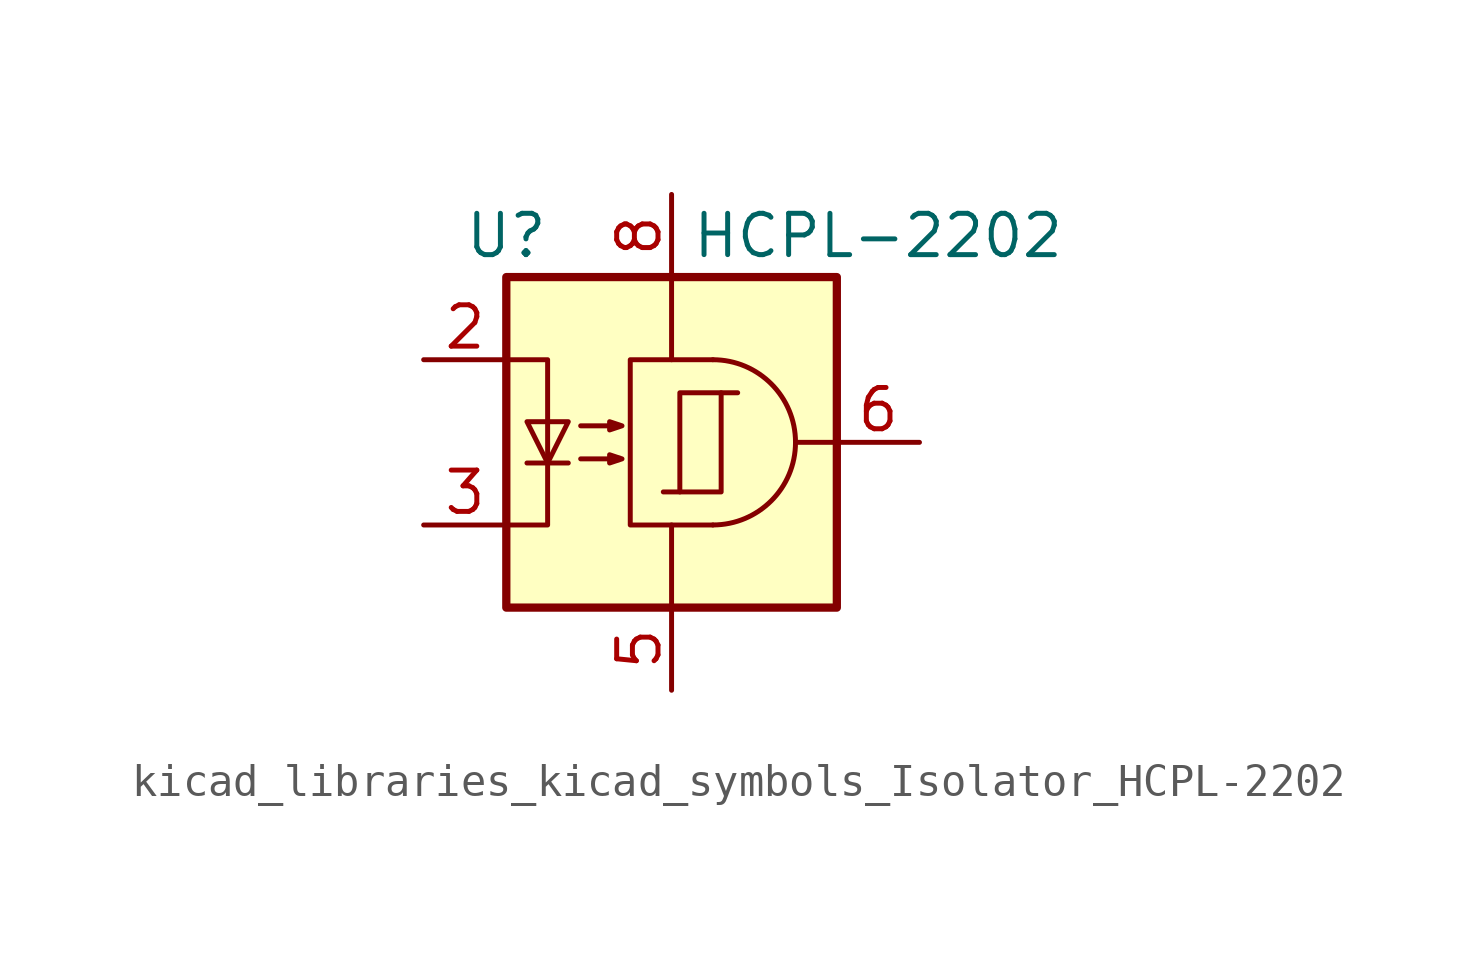
<source format=kicad_sym>
(kicad_symbol_lib
  (version 20220914)
  (generator kicad_symbol_editor)
  (symbol "kicad_libraries_kicad_symbols_Isolator_HCPL-2202"
    (property "Reference" "U"
      (at -5.08 6.35 0)
      (effects (font (size 1.27 1.27))))
    (property "Value" "HCPL-2202"
      (at 6.35 6.35 0)
      (effects (font (size 1.27 1.27))))
    (symbol "kicad_libraries_kicad_symbols_Isolator_HCPL-2202_0_1"
      (polyline (pts (xy 5.08 0) (xy 3.81 0)) (stroke (width 0) (type default)) (fill (type none))))
    (symbol "kicad_libraries_kicad_symbols_Isolator_HCPL-2202_1_1"
      (rectangle (start -5.08 5.08) (end 5.08 -5.08) (stroke (width 0.254) (type default)) (fill (type background)))
      (polyline (pts (xy -4.445 -0.635) (xy -3.175 -0.635)) (stroke (width 0) (type default)) (fill (type none)))
      (polyline (pts (xy 0 2.54) (xy 0 5.08)) (stroke (width 0) (type default)) (fill (type none)))
      (polyline (pts (xy 0.254 -1.524) (xy -0.254 -1.524)) (stroke (width 0) (type default)) (fill (type none)))
      (polyline (pts (xy 1.524 1.524) (xy 2.032 1.524)) (stroke (width 0) (type default)) (fill (type none)))
      (polyline (pts (xy 0 -2.54) (xy 0 -5.08) (xy 0 -3.81)) (stroke (width 0) (type default)) (fill (type none)))
      (polyline (pts (xy -5.08 -2.54) (xy -3.81 -2.54) (xy -3.81 2.54) (xy -5.08 2.54)) (stroke (width 0) (type default)) (fill (type none)))
      (polyline (pts (xy -3.81 -0.635) (xy -4.445 0.635) (xy -3.175 0.635) (xy -3.81 -0.635)) (stroke (width 0) (type default)) (fill (type none)))
      (polyline (pts (xy 1.27 -2.54) (xy -1.27 -2.54) (xy -1.27 2.54) (xy 1.27 2.54)) (stroke (width 0) (type default)) (fill (type none)))
      (polyline (pts (xy -2.794 -0.508) (xy -1.524 -0.508) (xy -1.905 -0.635) (xy -1.905 -0.381) (xy -1.524 -0.508)) (stroke (width 0) (type default)) (fill (type none)))
      (polyline (pts (xy -2.794 0.508) (xy -1.524 0.508) (xy -1.905 0.381) (xy -1.905 0.635) (xy -1.524 0.508)) (stroke (width 0) (type default)) (fill (type none)))
      (rectangle (start 0.254 1.524) (end 1.524 -1.524) (stroke (width 0) (type default)) (fill (type none)))
      (arc (start 1.27 -2.54) (mid 3.799 0) (end 1.27 2.54) (stroke (width 0) (type default)) (fill (type none)))
      (pin no_connect line (at -5.08 0 0) (length 2.54) hide (name "~" (effects (font (size 1.27 1.27)))) (number "1" (effects (font (size 1.27 1.27)))))
      (pin passive line (at -7.62 2.54 0) (length 2.54) (name "~" (effects (font (size 1.27 1.27)))) (number "2" (effects (font (size 1.27 1.27)))))
      (pin passive line (at -7.62 -2.54 0) (length 2.54) (name "~" (effects (font (size 1.27 1.27)))) (number "3" (effects (font (size 1.27 1.27)))))
      (pin no_connect line (at -5.08 -5.08 0) (length 2.54) hide (name "~" (effects (font (size 1.27 1.27)))) (number "4" (effects (font (size 1.27 1.27)))))
      (pin power_in line (at 0 -7.62 90) (length 2.54) (name "~" (effects (font (size 1.27 1.27)))) (number "5" (effects (font (size 1.27 1.27)))))
      (pin output line (at 7.62 0 180) (length 2.54) (name "~" (effects (font (size 1.27 1.27)))) (number "6" (effects (font (size 1.27 1.27)))))
      (pin no_connect line (at 5.08 -2.54 180) (length 2.54) hide (name "~" (effects (font (size 1.27 1.27)))) (number "7" (effects (font (size 1.27 1.27)))))
      (pin power_in line (at 0 7.62 270) (length 2.54) (name "~" (effects (font (size 1.27 1.27)))) (number "8" (effects (font (size 1.27 1.27))))))))
</source>
